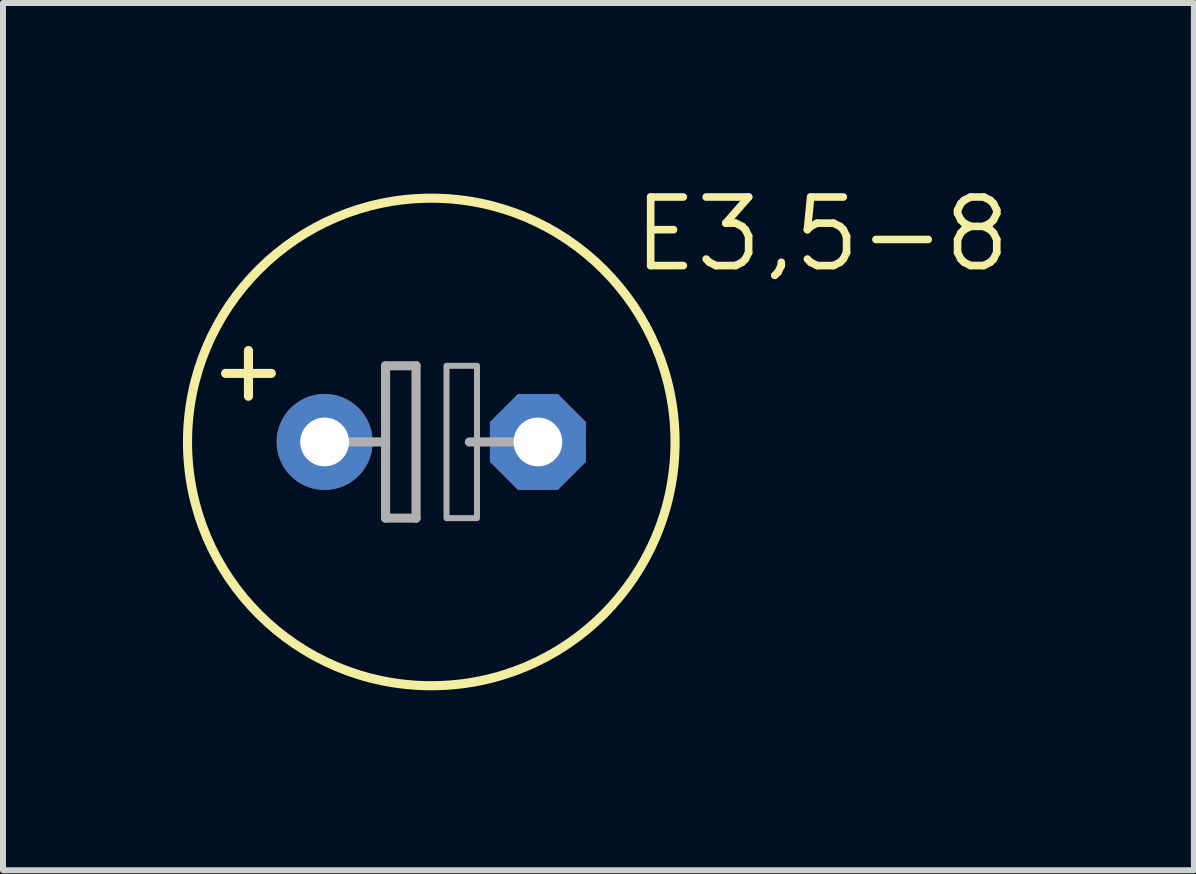
<source format=kicad_pcb>
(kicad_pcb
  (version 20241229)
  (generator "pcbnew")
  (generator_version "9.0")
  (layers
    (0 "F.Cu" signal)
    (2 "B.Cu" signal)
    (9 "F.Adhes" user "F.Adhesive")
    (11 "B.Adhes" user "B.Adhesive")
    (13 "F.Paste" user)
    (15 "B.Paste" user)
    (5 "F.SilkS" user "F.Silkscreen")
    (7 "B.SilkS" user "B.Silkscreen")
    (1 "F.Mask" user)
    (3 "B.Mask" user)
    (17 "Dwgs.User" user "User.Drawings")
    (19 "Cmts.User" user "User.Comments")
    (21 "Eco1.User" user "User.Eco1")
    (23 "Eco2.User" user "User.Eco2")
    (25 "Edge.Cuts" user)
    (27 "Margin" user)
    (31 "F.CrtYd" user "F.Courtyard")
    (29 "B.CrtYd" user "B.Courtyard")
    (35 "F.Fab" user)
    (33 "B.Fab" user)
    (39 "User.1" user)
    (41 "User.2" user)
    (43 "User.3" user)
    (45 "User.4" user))
  (footprint "E3,5-8"
    (layer "F.Cu")
    (at 4.14 4.318)
    (property "Reference" "E3,5-8" (at 3.302 -2.794 0) (unlocked yes) (layer "F.SilkS") (effects (font (size 1.143 1.143) (thickness 0.127)) (justify left bottom)))
    (fp_line (start -3.429 -1.143) (end -2.667 -1.143) (stroke (width 0.152) (type solid)) (layer "F.SilkS"))
    (fp_line (start -3.048 -0.762) (end -3.048 -1.524) (stroke (width 0.152) (type solid)) (layer "F.SilkS"))
    (fp_circle (center 0 0) (end 4.064 0) (stroke (width 0.152) (type solid)) (fill no) (layer "F.SilkS"))
    (fp_line (start -1.651 0) (end -0.762 0) (stroke (width 0.152) (type solid)) (layer "F.Fab"))
    (fp_line (start -0.762 -1.27) (end -0.762 0) (stroke (width 0.152) (type solid)) (layer "F.Fab"))
    (fp_line (start -0.762 0) (end -0.762 1.27) (stroke (width 0.152) (type solid)) (layer "F.Fab"))
    (fp_line (start -0.762 1.27) (end -0.254 1.27) (stroke (width 0.152) (type solid)) (layer "F.Fab"))
    (fp_line (start -0.254 -1.27) (end -0.762 -1.27) (stroke (width 0.152) (type solid)) (layer "F.Fab"))
    (fp_line (start -0.254 1.27) (end -0.254 -1.27) (stroke (width 0.152) (type solid)) (layer "F.Fab"))
    (fp_line (start 0.635 0) (end 1.651 0) (stroke (width 0.152) (type solid)) (layer "F.Fab"))
    (fp_poly (pts (xy 0.254 1.27) (xy 0.762 1.27) (xy 0.762 -1.27) (xy 0.254 -1.27)) (stroke (width 0.1) (type default)) (fill no) (layer "F.Fab"))
    (pad "+" thru_hole circle (at -1.778 0) (size 1.6 1.6) (drill 0.813) (layers "*.Cu" "*.Mask"))
    (pad "-" thru_hole roundrect (at 1.778 0) (size 1.6 1.6) (drill 0.813) (layers "*.Cu" "*.Mask") (roundrect_rratio 0.25) (chamfer_ratio 0.293) (chamfer top_left top_right bottom_left bottom_right)))
  (gr_rect
    (start -3 -3)
    (end 16.854 11.458)
    (stroke (width 0.1) (type default))
    (fill no)
    (layer "Edge.Cuts")))
</source>
